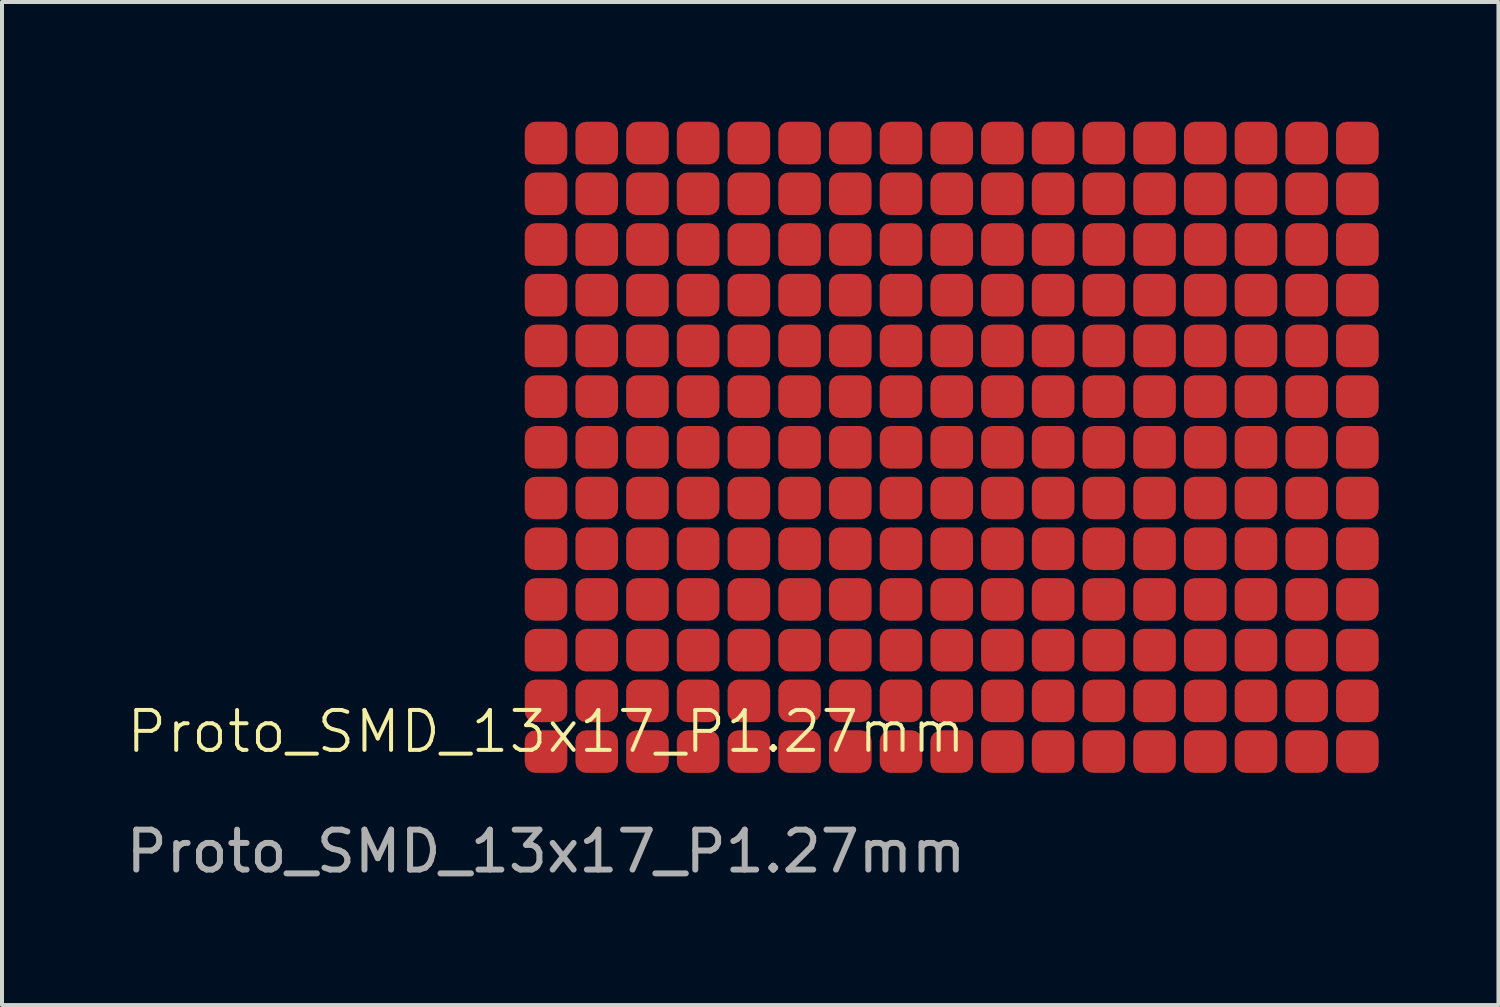
<source format=kicad_pcb>
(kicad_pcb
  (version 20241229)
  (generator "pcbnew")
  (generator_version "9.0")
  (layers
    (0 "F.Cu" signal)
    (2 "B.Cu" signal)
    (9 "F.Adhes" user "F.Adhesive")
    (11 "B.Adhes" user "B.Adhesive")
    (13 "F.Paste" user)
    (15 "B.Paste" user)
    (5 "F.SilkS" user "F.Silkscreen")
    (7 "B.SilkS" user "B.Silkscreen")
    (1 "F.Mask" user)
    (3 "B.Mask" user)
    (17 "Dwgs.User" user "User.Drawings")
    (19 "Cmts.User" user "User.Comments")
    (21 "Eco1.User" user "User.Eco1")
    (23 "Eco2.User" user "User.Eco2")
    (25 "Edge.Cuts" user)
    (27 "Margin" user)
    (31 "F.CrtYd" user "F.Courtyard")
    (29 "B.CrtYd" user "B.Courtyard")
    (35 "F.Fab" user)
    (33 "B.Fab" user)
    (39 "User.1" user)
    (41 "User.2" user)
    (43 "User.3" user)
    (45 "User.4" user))
  (footprint "Proto_SMD_13x17_P1.27mm"
    (layer "F.Cu")
    (at 10.625 15.773)
    (property "Reference" "Proto_SMD_13x17_P1.27mm" (at 0 -0.5 0) (unlocked yes) (layer "F.SilkS") (effects (font (size 1 1) (thickness 0.1))))
    (attr smd)
    (fp_text user "${REFERENCE}" (at 0 2.5 0) (unlocked yes) (layer "F.Fab") (effects (font (size 1 1) (thickness 0.15))))
    (pad "A1" smd roundrect (at 0 0) (size 1.067 1.067) (layers "F.Cu" "F.Mask") (roundrect_rratio 0.25))
    (pad "A2" smd roundrect (at 0 -1.27) (size 1.067 1.067) (layers "F.Cu" "F.Mask") (roundrect_rratio 0.25))
    (pad "A3" smd roundrect (at 0 -2.54) (size 1.067 1.067) (layers "F.Cu" "F.Mask") (roundrect_rratio 0.25))
    (pad "A4" smd roundrect (at 0 -3.81) (size 1.067 1.067) (layers "F.Cu" "F.Mask") (roundrect_rratio 0.25))
    (pad "A5" smd roundrect (at 0 -5.08) (size 1.067 1.067) (layers "F.Cu" "F.Mask") (roundrect_rratio 0.25))
    (pad "A6" smd roundrect (at 0 -6.35) (size 1.067 1.067) (layers "F.Cu" "F.Mask") (roundrect_rratio 0.25))
    (pad "A7" smd roundrect (at 0 -7.62) (size 1.067 1.067) (layers "F.Cu" "F.Mask") (roundrect_rratio 0.25))
    (pad "A8" smd roundrect (at 0 -8.89) (size 1.067 1.067) (layers "F.Cu" "F.Mask") (roundrect_rratio 0.25))
    (pad "A9" smd roundrect (at 0 -10.16) (size 1.067 1.067) (layers "F.Cu" "F.Mask") (roundrect_rratio 0.25))
    (pad "A10" smd roundrect (at 0 -11.43) (size 1.067 1.067) (layers "F.Cu" "F.Mask") (roundrect_rratio 0.25))
    (pad "A11" smd roundrect (at 0 -12.7) (size 1.067 1.067) (layers "F.Cu" "F.Mask") (roundrect_rratio 0.25))
    (pad "A12" smd roundrect (at 0 -13.97) (size 1.067 1.067) (layers "F.Cu" "F.Mask") (roundrect_rratio 0.25))
    (pad "A13" smd roundrect (at 0 -15.24) (size 1.067 1.067) (layers "F.Cu" "F.Mask") (roundrect_rratio 0.25))
    (pad "B1" smd roundrect (at 1.27 0) (size 1.067 1.067) (layers "F.Cu" "F.Mask") (roundrect_rratio 0.25))
    (pad "B2" smd roundrect (at 1.27 -1.27) (size 1.067 1.067) (layers "F.Cu" "F.Mask") (roundrect_rratio 0.25))
    (pad "B3" smd roundrect (at 1.27 -2.54) (size 1.067 1.067) (layers "F.Cu" "F.Mask") (roundrect_rratio 0.25))
    (pad "B4" smd roundrect (at 1.27 -3.81) (size 1.067 1.067) (layers "F.Cu" "F.Mask") (roundrect_rratio 0.25))
    (pad "B5" smd roundrect (at 1.27 -5.08) (size 1.067 1.067) (layers "F.Cu" "F.Mask") (roundrect_rratio 0.25))
    (pad "B6" smd roundrect (at 1.27 -6.35) (size 1.067 1.067) (layers "F.Cu" "F.Mask") (roundrect_rratio 0.25))
    (pad "B7" smd roundrect (at 1.27 -7.62) (size 1.067 1.067) (layers "F.Cu" "F.Mask") (roundrect_rratio 0.25))
    (pad "B8" smd roundrect (at 1.27 -8.89) (size 1.067 1.067) (layers "F.Cu" "F.Mask") (roundrect_rratio 0.25))
    (pad "B9" smd roundrect (at 1.27 -10.16) (size 1.067 1.067) (layers "F.Cu" "F.Mask") (roundrect_rratio 0.25))
    (pad "B10" smd roundrect (at 1.27 -11.43) (size 1.067 1.067) (layers "F.Cu" "F.Mask") (roundrect_rratio 0.25))
    (pad "B11" smd roundrect (at 1.27 -12.7) (size 1.067 1.067) (layers "F.Cu" "F.Mask") (roundrect_rratio 0.25))
    (pad "B12" smd roundrect (at 1.27 -13.97) (size 1.067 1.067) (layers "F.Cu" "F.Mask") (roundrect_rratio 0.25))
    (pad "B13" smd roundrect (at 1.27 -15.24) (size 1.067 1.067) (layers "F.Cu" "F.Mask") (roundrect_rratio 0.25))
    (pad "C1" smd roundrect (at 2.54 0) (size 1.067 1.067) (layers "F.Cu" "F.Mask") (roundrect_rratio 0.25))
    (pad "C2" smd roundrect (at 2.54 -1.27) (size 1.067 1.067) (layers "F.Cu" "F.Mask") (roundrect_rratio 0.25))
    (pad "C3" smd roundrect (at 2.54 -2.54) (size 1.067 1.067) (layers "F.Cu" "F.Mask") (roundrect_rratio 0.25))
    (pad "C4" smd roundrect (at 2.54 -3.81) (size 1.067 1.067) (layers "F.Cu" "F.Mask") (roundrect_rratio 0.25))
    (pad "C5" smd roundrect (at 2.54 -5.08) (size 1.067 1.067) (layers "F.Cu" "F.Mask") (roundrect_rratio 0.25))
    (pad "C6" smd roundrect (at 2.54 -6.35) (size 1.067 1.067) (layers "F.Cu" "F.Mask") (roundrect_rratio 0.25))
    (pad "C7" smd roundrect (at 2.54 -7.62) (size 1.067 1.067) (layers "F.Cu" "F.Mask") (roundrect_rratio 0.25))
    (pad "C8" smd roundrect (at 2.54 -8.89) (size 1.067 1.067) (layers "F.Cu" "F.Mask") (roundrect_rratio 0.25))
    (pad "C9" smd roundrect (at 2.54 -10.16) (size 1.067 1.067) (layers "F.Cu" "F.Mask") (roundrect_rratio 0.25))
    (pad "C10" smd roundrect (at 2.54 -11.43) (size 1.067 1.067) (layers "F.Cu" "F.Mask") (roundrect_rratio 0.25))
    (pad "C11" smd roundrect (at 2.54 -12.7) (size 1.067 1.067) (layers "F.Cu" "F.Mask") (roundrect_rratio 0.25))
    (pad "C12" smd roundrect (at 2.54 -13.97) (size 1.067 1.067) (layers "F.Cu" "F.Mask") (roundrect_rratio 0.25))
    (pad "C13" smd roundrect (at 2.54 -15.24) (size 1.067 1.067) (layers "F.Cu" "F.Mask") (roundrect_rratio 0.25))
    (pad "D1" smd roundrect (at 3.81 0) (size 1.067 1.067) (layers "F.Cu" "F.Mask") (roundrect_rratio 0.25))
    (pad "D2" smd roundrect (at 3.81 -1.27) (size 1.067 1.067) (layers "F.Cu" "F.Mask") (roundrect_rratio 0.25))
    (pad "D3" smd roundrect (at 3.81 -2.54) (size 1.067 1.067) (layers "F.Cu" "F.Mask") (roundrect_rratio 0.25))
    (pad "D4" smd roundrect (at 3.81 -3.81) (size 1.067 1.067) (layers "F.Cu" "F.Mask") (roundrect_rratio 0.25))
    (pad "D5" smd roundrect (at 3.81 -5.08) (size 1.067 1.067) (layers "F.Cu" "F.Mask") (roundrect_rratio 0.25))
    (pad "D6" smd roundrect (at 3.81 -6.35) (size 1.067 1.067) (layers "F.Cu" "F.Mask") (roundrect_rratio 0.25))
    (pad "D7" smd roundrect (at 3.81 -7.62) (size 1.067 1.067) (layers "F.Cu" "F.Mask") (roundrect_rratio 0.25))
    (pad "D8" smd roundrect (at 3.81 -8.89) (size 1.067 1.067) (layers "F.Cu" "F.Mask") (roundrect_rratio 0.25))
    (pad "D9" smd roundrect (at 3.81 -10.16) (size 1.067 1.067) (layers "F.Cu" "F.Mask") (roundrect_rratio 0.25))
    (pad "D10" smd roundrect (at 3.81 -11.43) (size 1.067 1.067) (layers "F.Cu" "F.Mask") (roundrect_rratio 0.25))
    (pad "D11" smd roundrect (at 3.81 -12.7) (size 1.067 1.067) (layers "F.Cu" "F.Mask") (roundrect_rratio 0.25))
    (pad "D12" smd roundrect (at 3.81 -13.97) (size 1.067 1.067) (layers "F.Cu" "F.Mask") (roundrect_rratio 0.25))
    (pad "D13" smd roundrect (at 3.81 -15.24) (size 1.067 1.067) (layers "F.Cu" "F.Mask") (roundrect_rratio 0.25))
    (pad "E1" smd roundrect (at 5.08 0) (size 1.067 1.067) (layers "F.Cu" "F.Mask") (roundrect_rratio 0.25))
    (pad "E2" smd roundrect (at 5.08 -1.27) (size 1.067 1.067) (layers "F.Cu" "F.Mask") (roundrect_rratio 0.25))
    (pad "E3" smd roundrect (at 5.08 -2.54) (size 1.067 1.067) (layers "F.Cu" "F.Mask") (roundrect_rratio 0.25))
    (pad "E4" smd roundrect (at 5.08 -3.81) (size 1.067 1.067) (layers "F.Cu" "F.Mask") (roundrect_rratio 0.25))
    (pad "E5" smd roundrect (at 5.08 -5.08) (size 1.067 1.067) (layers "F.Cu" "F.Mask") (roundrect_rratio 0.25))
    (pad "E6" smd roundrect (at 5.08 -6.35) (size 1.067 1.067) (layers "F.Cu" "F.Mask") (roundrect_rratio 0.25))
    (pad "E7" smd roundrect (at 5.08 -7.62) (size 1.067 1.067) (layers "F.Cu" "F.Mask") (roundrect_rratio 0.25))
    (pad "E8" smd roundrect (at 5.08 -8.89) (size 1.067 1.067) (layers "F.Cu" "F.Mask") (roundrect_rratio 0.25))
    (pad "E9" smd roundrect (at 5.08 -10.16) (size 1.067 1.067) (layers "F.Cu" "F.Mask") (roundrect_rratio 0.25))
    (pad "E10" smd roundrect (at 5.08 -11.43) (size 1.067 1.067) (layers "F.Cu" "F.Mask") (roundrect_rratio 0.25))
    (pad "E11" smd roundrect (at 5.08 -12.7) (size 1.067 1.067) (layers "F.Cu" "F.Mask") (roundrect_rratio 0.25))
    (pad "E12" smd roundrect (at 5.08 -13.97) (size 1.067 1.067) (layers "F.Cu" "F.Mask") (roundrect_rratio 0.25))
    (pad "E13" smd roundrect (at 5.08 -15.24) (size 1.067 1.067) (layers "F.Cu" "F.Mask") (roundrect_rratio 0.25))
    (pad "F1" smd roundrect (at 6.35 0) (size 1.067 1.067) (layers "F.Cu" "F.Mask") (roundrect_rratio 0.25))
    (pad "F2" smd roundrect (at 6.35 -1.27) (size 1.067 1.067) (layers "F.Cu" "F.Mask") (roundrect_rratio 0.25))
    (pad "F3" smd roundrect (at 6.35 -2.54) (size 1.067 1.067) (layers "F.Cu" "F.Mask") (roundrect_rratio 0.25))
    (pad "F4" smd roundrect (at 6.35 -3.81) (size 1.067 1.067) (layers "F.Cu" "F.Mask") (roundrect_rratio 0.25))
    (pad "F5" smd roundrect (at 6.35 -5.08) (size 1.067 1.067) (layers "F.Cu" "F.Mask") (roundrect_rratio 0.25))
    (pad "F6" smd roundrect (at 6.35 -6.35) (size 1.067 1.067) (layers "F.Cu" "F.Mask") (roundrect_rratio 0.25))
    (pad "F7" smd roundrect (at 6.35 -7.62) (size 1.067 1.067) (layers "F.Cu" "F.Mask") (roundrect_rratio 0.25))
    (pad "F8" smd roundrect (at 6.35 -8.89) (size 1.067 1.067) (layers "F.Cu" "F.Mask") (roundrect_rratio 0.25))
    (pad "F9" smd roundrect (at 6.35 -10.16) (size 1.067 1.067) (layers "F.Cu" "F.Mask") (roundrect_rratio 0.25))
    (pad "F10" smd roundrect (at 6.35 -11.43) (size 1.067 1.067) (layers "F.Cu" "F.Mask") (roundrect_rratio 0.25))
    (pad "F11" smd roundrect (at 6.35 -12.7) (size 1.067 1.067) (layers "F.Cu" "F.Mask") (roundrect_rratio 0.25))
    (pad "F12" smd roundrect (at 6.35 -13.97) (size 1.067 1.067) (layers "F.Cu" "F.Mask") (roundrect_rratio 0.25))
    (pad "F13" smd roundrect (at 6.35 -15.24) (size 1.067 1.067) (layers "F.Cu" "F.Mask") (roundrect_rratio 0.25))
    (pad "G1" smd roundrect (at 7.62 0) (size 1.067 1.067) (layers "F.Cu" "F.Mask") (roundrect_rratio 0.25))
    (pad "G2" smd roundrect (at 7.62 -1.27) (size 1.067 1.067) (layers "F.Cu" "F.Mask") (roundrect_rratio 0.25))
    (pad "G3" smd roundrect (at 7.62 -2.54) (size 1.067 1.067) (layers "F.Cu" "F.Mask") (roundrect_rratio 0.25))
    (pad "G4" smd roundrect (at 7.62 -3.81) (size 1.067 1.067) (layers "F.Cu" "F.Mask") (roundrect_rratio 0.25))
    (pad "G5" smd roundrect (at 7.62 -5.08) (size 1.067 1.067) (layers "F.Cu" "F.Mask") (roundrect_rratio 0.25))
    (pad "G6" smd roundrect (at 7.62 -6.35) (size 1.067 1.067) (layers "F.Cu" "F.Mask") (roundrect_rratio 0.25))
    (pad "G7" smd roundrect (at 7.62 -7.62) (size 1.067 1.067) (layers "F.Cu" "F.Mask") (roundrect_rratio 0.25))
    (pad "G8" smd roundrect (at 7.62 -8.89) (size 1.067 1.067) (layers "F.Cu" "F.Mask") (roundrect_rratio 0.25))
    (pad "G9" smd roundrect (at 7.62 -10.16) (size 1.067 1.067) (layers "F.Cu" "F.Mask") (roundrect_rratio 0.25))
    (pad "G10" smd roundrect (at 7.62 -11.43) (size 1.067 1.067) (layers "F.Cu" "F.Mask") (roundrect_rratio 0.25))
    (pad "G11" smd roundrect (at 7.62 -12.7) (size 1.067 1.067) (layers "F.Cu" "F.Mask") (roundrect_rratio 0.25))
    (pad "G12" smd roundrect (at 7.62 -13.97) (size 1.067 1.067) (layers "F.Cu" "F.Mask") (roundrect_rratio 0.25))
    (pad "G13" smd roundrect (at 7.62 -15.24) (size 1.067 1.067) (layers "F.Cu" "F.Mask") (roundrect_rratio 0.25))
    (pad "H1" smd roundrect (at 8.89 0) (size 1.067 1.067) (layers "F.Cu" "F.Mask") (roundrect_rratio 0.25))
    (pad "H2" smd roundrect (at 8.89 -1.27) (size 1.067 1.067) (layers "F.Cu" "F.Mask") (roundrect_rratio 0.25))
    (pad "H3" smd roundrect (at 8.89 -2.54) (size 1.067 1.067) (layers "F.Cu" "F.Mask") (roundrect_rratio 0.25))
    (pad "H4" smd roundrect (at 8.89 -3.81) (size 1.067 1.067) (layers "F.Cu" "F.Mask") (roundrect_rratio 0.25))
    (pad "H5" smd roundrect (at 8.89 -5.08) (size 1.067 1.067) (layers "F.Cu" "F.Mask") (roundrect_rratio 0.25))
    (pad "H6" smd roundrect (at 8.89 -6.35) (size 1.067 1.067) (layers "F.Cu" "F.Mask") (roundrect_rratio 0.25))
    (pad "H7" smd roundrect (at 8.89 -7.62) (size 1.067 1.067) (layers "F.Cu" "F.Mask") (roundrect_rratio 0.25))
    (pad "H8" smd roundrect (at 8.89 -8.89) (size 1.067 1.067) (layers "F.Cu" "F.Mask") (roundrect_rratio 0.25))
    (pad "H9" smd roundrect (at 8.89 -10.16) (size 1.067 1.067) (layers "F.Cu" "F.Mask") (roundrect_rratio 0.25))
    (pad "H10" smd roundrect (at 8.89 -11.43) (size 1.067 1.067) (layers "F.Cu" "F.Mask") (roundrect_rratio 0.25))
    (pad "H11" smd roundrect (at 8.89 -12.7) (size 1.067 1.067) (layers "F.Cu" "F.Mask") (roundrect_rratio 0.25))
    (pad "H12" smd roundrect (at 8.89 -13.97) (size 1.067 1.067) (layers "F.Cu" "F.Mask") (roundrect_rratio 0.25))
    (pad "H13" smd roundrect (at 8.89 -15.24) (size 1.067 1.067) (layers "F.Cu" "F.Mask") (roundrect_rratio 0.25))
    (pad "I1" smd roundrect (at 10.16 0) (size 1.067 1.067) (layers "F.Cu" "F.Mask") (roundrect_rratio 0.25))
    (pad "I2" smd roundrect (at 10.16 -1.27) (size 1.067 1.067) (layers "F.Cu" "F.Mask") (roundrect_rratio 0.25))
    (pad "I3" smd roundrect (at 10.16 -2.54) (size 1.067 1.067) (layers "F.Cu" "F.Mask") (roundrect_rratio 0.25))
    (pad "I4" smd roundrect (at 10.16 -3.81) (size 1.067 1.067) (layers "F.Cu" "F.Mask") (roundrect_rratio 0.25))
    (pad "I5" smd roundrect (at 10.16 -5.08) (size 1.067 1.067) (layers "F.Cu" "F.Mask") (roundrect_rratio 0.25))
    (pad "I6" smd roundrect (at 10.16 -6.35) (size 1.067 1.067) (layers "F.Cu" "F.Mask") (roundrect_rratio 0.25))
    (pad "I7" smd roundrect (at 10.16 -7.62) (size 1.067 1.067) (layers "F.Cu" "F.Mask") (roundrect_rratio 0.25))
    (pad "I8" smd roundrect (at 10.16 -8.89) (size 1.067 1.067) (layers "F.Cu" "F.Mask") (roundrect_rratio 0.25))
    (pad "I9" smd roundrect (at 10.16 -10.16) (size 1.067 1.067) (layers "F.Cu" "F.Mask") (roundrect_rratio 0.25))
    (pad "I10" smd roundrect (at 10.16 -11.43) (size 1.067 1.067) (layers "F.Cu" "F.Mask") (roundrect_rratio 0.25))
    (pad "I11" smd roundrect (at 10.16 -12.7) (size 1.067 1.067) (layers "F.Cu" "F.Mask") (roundrect_rratio 0.25))
    (pad "I12" smd roundrect (at 10.16 -13.97) (size 1.067 1.067) (layers "F.Cu" "F.Mask") (roundrect_rratio 0.25))
    (pad "I13" smd roundrect (at 10.16 -15.24) (size 1.067 1.067) (layers "F.Cu" "F.Mask") (roundrect_rratio 0.25))
    (pad "J1" smd roundrect (at 11.43 0) (size 1.067 1.067) (layers "F.Cu" "F.Mask") (roundrect_rratio 0.25))
    (pad "J2" smd roundrect (at 11.43 -1.27) (size 1.067 1.067) (layers "F.Cu" "F.Mask") (roundrect_rratio 0.25))
    (pad "J3" smd roundrect (at 11.43 -2.54) (size 1.067 1.067) (layers "F.Cu" "F.Mask") (roundrect_rratio 0.25))
    (pad "J4" smd roundrect (at 11.43 -3.81) (size 1.067 1.067) (layers "F.Cu" "F.Mask") (roundrect_rratio 0.25))
    (pad "J5" smd roundrect (at 11.43 -5.08) (size 1.067 1.067) (layers "F.Cu" "F.Mask") (roundrect_rratio 0.25))
    (pad "J6" smd roundrect (at 11.43 -6.35) (size 1.067 1.067) (layers "F.Cu" "F.Mask") (roundrect_rratio 0.25))
    (pad "J7" smd roundrect (at 11.43 -7.62) (size 1.067 1.067) (layers "F.Cu" "F.Mask") (roundrect_rratio 0.25))
    (pad "J8" smd roundrect (at 11.43 -8.89) (size 1.067 1.067) (layers "F.Cu" "F.Mask") (roundrect_rratio 0.25))
    (pad "J9" smd roundrect (at 11.43 -10.16) (size 1.067 1.067) (layers "F.Cu" "F.Mask") (roundrect_rratio 0.25))
    (pad "J10" smd roundrect (at 11.43 -11.43) (size 1.067 1.067) (layers "F.Cu" "F.Mask") (roundrect_rratio 0.25))
    (pad "J11" smd roundrect (at 11.43 -12.7) (size 1.067 1.067) (layers "F.Cu" "F.Mask") (roundrect_rratio 0.25))
    (pad "J12" smd roundrect (at 11.43 -13.97) (size 1.067 1.067) (layers "F.Cu" "F.Mask") (roundrect_rratio 0.25))
    (pad "J13" smd roundrect (at 11.43 -15.24) (size 1.067 1.067) (layers "F.Cu" "F.Mask") (roundrect_rratio 0.25))
    (pad "K1" smd roundrect (at 12.7 0) (size 1.067 1.067) (layers "F.Cu" "F.Mask") (roundrect_rratio 0.25))
    (pad "K2" smd roundrect (at 12.7 -1.27) (size 1.067 1.067) (layers "F.Cu" "F.Mask") (roundrect_rratio 0.25))
    (pad "K3" smd roundrect (at 12.7 -2.54) (size 1.067 1.067) (layers "F.Cu" "F.Mask") (roundrect_rratio 0.25))
    (pad "K4" smd roundrect (at 12.7 -3.81) (size 1.067 1.067) (layers "F.Cu" "F.Mask") (roundrect_rratio 0.25))
    (pad "K5" smd roundrect (at 12.7 -5.08) (size 1.067 1.067) (layers "F.Cu" "F.Mask") (roundrect_rratio 0.25))
    (pad "K6" smd roundrect (at 12.7 -6.35) (size 1.067 1.067) (layers "F.Cu" "F.Mask") (roundrect_rratio 0.25))
    (pad "K7" smd roundrect (at 12.7 -7.62) (size 1.067 1.067) (layers "F.Cu" "F.Mask") (roundrect_rratio 0.25))
    (pad "K8" smd roundrect (at 12.7 -8.89) (size 1.067 1.067) (layers "F.Cu" "F.Mask") (roundrect_rratio 0.25))
    (pad "K9" smd roundrect (at 12.7 -10.16) (size 1.067 1.067) (layers "F.Cu" "F.Mask") (roundrect_rratio 0.25))
    (pad "K10" smd roundrect (at 12.7 -11.43) (size 1.067 1.067) (layers "F.Cu" "F.Mask") (roundrect_rratio 0.25))
    (pad "K11" smd roundrect (at 12.7 -12.7) (size 1.067 1.067) (layers "F.Cu" "F.Mask") (roundrect_rratio 0.25))
    (pad "K12" smd roundrect (at 12.7 -13.97) (size 1.067 1.067) (layers "F.Cu" "F.Mask") (roundrect_rratio 0.25))
    (pad "K13" smd roundrect (at 12.7 -15.24) (size 1.067 1.067) (layers "F.Cu" "F.Mask") (roundrect_rratio 0.25))
    (pad "L1" smd roundrect (at 13.97 0) (size 1.067 1.067) (layers "F.Cu" "F.Mask") (roundrect_rratio 0.25))
    (pad "L2" smd roundrect (at 13.97 -1.27) (size 1.067 1.067) (layers "F.Cu" "F.Mask") (roundrect_rratio 0.25))
    (pad "L3" smd roundrect (at 13.97 -2.54) (size 1.067 1.067) (layers "F.Cu" "F.Mask") (roundrect_rratio 0.25))
    (pad "L4" smd roundrect (at 13.97 -3.81) (size 1.067 1.067) (layers "F.Cu" "F.Mask") (roundrect_rratio 0.25))
    (pad "L5" smd roundrect (at 13.97 -5.08) (size 1.067 1.067) (layers "F.Cu" "F.Mask") (roundrect_rratio 0.25))
    (pad "L6" smd roundrect (at 13.97 -6.35) (size 1.067 1.067) (layers "F.Cu" "F.Mask") (roundrect_rratio 0.25))
    (pad "L7" smd roundrect (at 13.97 -7.62) (size 1.067 1.067) (layers "F.Cu" "F.Mask") (roundrect_rratio 0.25))
    (pad "L8" smd roundrect (at 13.97 -8.89) (size 1.067 1.067) (layers "F.Cu" "F.Mask") (roundrect_rratio 0.25))
    (pad "L9" smd roundrect (at 13.97 -10.16) (size 1.067 1.067) (layers "F.Cu" "F.Mask") (roundrect_rratio 0.25))
    (pad "L10" smd roundrect (at 13.97 -11.43) (size 1.067 1.067) (layers "F.Cu" "F.Mask") (roundrect_rratio 0.25))
    (pad "L11" smd roundrect (at 13.97 -12.7) (size 1.067 1.067) (layers "F.Cu" "F.Mask") (roundrect_rratio 0.25))
    (pad "L12" smd roundrect (at 13.97 -13.97) (size 1.067 1.067) (layers "F.Cu" "F.Mask") (roundrect_rratio 0.25))
    (pad "L13" smd roundrect (at 13.97 -15.24) (size 1.067 1.067) (layers "F.Cu" "F.Mask") (roundrect_rratio 0.25))
    (pad "M1" smd roundrect (at 15.24 0) (size 1.067 1.067) (layers "F.Cu" "F.Mask") (roundrect_rratio 0.25))
    (pad "M2" smd roundrect (at 15.24 -1.27) (size 1.067 1.067) (layers "F.Cu" "F.Mask") (roundrect_rratio 0.25))
    (pad "M3" smd roundrect (at 15.24 -2.54) (size 1.067 1.067) (layers "F.Cu" "F.Mask") (roundrect_rratio 0.25))
    (pad "M4" smd roundrect (at 15.24 -3.81) (size 1.067 1.067) (layers "F.Cu" "F.Mask") (roundrect_rratio 0.25))
    (pad "M5" smd roundrect (at 15.24 -5.08) (size 1.067 1.067) (layers "F.Cu" "F.Mask") (roundrect_rratio 0.25))
    (pad "M6" smd roundrect (at 15.24 -6.35) (size 1.067 1.067) (layers "F.Cu" "F.Mask") (roundrect_rratio 0.25))
    (pad "M7" smd roundrect (at 15.24 -7.62) (size 1.067 1.067) (layers "F.Cu" "F.Mask") (roundrect_rratio 0.25))
    (pad "M8" smd roundrect (at 15.24 -8.89) (size 1.067 1.067) (layers "F.Cu" "F.Mask") (roundrect_rratio 0.25))
    (pad "M9" smd roundrect (at 15.24 -10.16) (size 1.067 1.067) (layers "F.Cu" "F.Mask") (roundrect_rratio 0.25))
    (pad "M10" smd roundrect (at 15.24 -11.43) (size 1.067 1.067) (layers "F.Cu" "F.Mask") (roundrect_rratio 0.25))
    (pad "M11" smd roundrect (at 15.24 -12.7) (size 1.067 1.067) (layers "F.Cu" "F.Mask") (roundrect_rratio 0.25))
    (pad "M12" smd roundrect (at 15.24 -13.97) (size 1.067 1.067) (layers "F.Cu" "F.Mask") (roundrect_rratio 0.25))
    (pad "M13" smd roundrect (at 15.24 -15.24) (size 1.067 1.067) (layers "F.Cu" "F.Mask") (roundrect_rratio 0.25))
    (pad "N1" smd roundrect (at 16.51 0) (size 1.067 1.067) (layers "F.Cu" "F.Mask") (roundrect_rratio 0.25))
    (pad "N2" smd roundrect (at 16.51 -1.27) (size 1.067 1.067) (layers "F.Cu" "F.Mask") (roundrect_rratio 0.25))
    (pad "N3" smd roundrect (at 16.51 -2.54) (size 1.067 1.067) (layers "F.Cu" "F.Mask") (roundrect_rratio 0.25))
    (pad "N4" smd roundrect (at 16.51 -3.81) (size 1.067 1.067) (layers "F.Cu" "F.Mask") (roundrect_rratio 0.25))
    (pad "N5" smd roundrect (at 16.51 -5.08) (size 1.067 1.067) (layers "F.Cu" "F.Mask") (roundrect_rratio 0.25))
    (pad "N6" smd roundrect (at 16.51 -6.35) (size 1.067 1.067) (layers "F.Cu" "F.Mask") (roundrect_rratio 0.25))
    (pad "N7" smd roundrect (at 16.51 -7.62) (size 1.067 1.067) (layers "F.Cu" "F.Mask") (roundrect_rratio 0.25))
    (pad "N8" smd roundrect (at 16.51 -8.89) (size 1.067 1.067) (layers "F.Cu" "F.Mask") (roundrect_rratio 0.25))
    (pad "N9" smd roundrect (at 16.51 -10.16) (size 1.067 1.067) (layers "F.Cu" "F.Mask") (roundrect_rratio 0.25))
    (pad "N10" smd roundrect (at 16.51 -11.43) (size 1.067 1.067) (layers "F.Cu" "F.Mask") (roundrect_rratio 0.25))
    (pad "N11" smd roundrect (at 16.51 -12.7) (size 1.067 1.067) (layers "F.Cu" "F.Mask") (roundrect_rratio 0.25))
    (pad "N12" smd roundrect (at 16.51 -13.97) (size 1.067 1.067) (layers "F.Cu" "F.Mask") (roundrect_rratio 0.25))
    (pad "N13" smd roundrect (at 16.51 -15.24) (size 1.067 1.067) (layers "F.Cu" "F.Mask") (roundrect_rratio 0.25))
    (pad "O1" smd roundrect (at 17.78 0) (size 1.067 1.067) (layers "F.Cu" "F.Mask") (roundrect_rratio 0.25))
    (pad "O2" smd roundrect (at 17.78 -1.27) (size 1.067 1.067) (layers "F.Cu" "F.Mask") (roundrect_rratio 0.25))
    (pad "O3" smd roundrect (at 17.78 -2.54) (size 1.067 1.067) (layers "F.Cu" "F.Mask") (roundrect_rratio 0.25))
    (pad "O4" smd roundrect (at 17.78 -3.81) (size 1.067 1.067) (layers "F.Cu" "F.Mask") (roundrect_rratio 0.25))
    (pad "O5" smd roundrect (at 17.78 -5.08) (size 1.067 1.067) (layers "F.Cu" "F.Mask") (roundrect_rratio 0.25))
    (pad "O6" smd roundrect (at 17.78 -6.35) (size 1.067 1.067) (layers "F.Cu" "F.Mask") (roundrect_rratio 0.25))
    (pad "O7" smd roundrect (at 17.78 -7.62) (size 1.067 1.067) (layers "F.Cu" "F.Mask") (roundrect_rratio 0.25))
    (pad "O8" smd roundrect (at 17.78 -8.89) (size 1.067 1.067) (layers "F.Cu" "F.Mask") (roundrect_rratio 0.25))
    (pad "O9" smd roundrect (at 17.78 -10.16) (size 1.067 1.067) (layers "F.Cu" "F.Mask") (roundrect_rratio 0.25))
    (pad "O10" smd roundrect (at 17.78 -11.43) (size 1.067 1.067) (layers "F.Cu" "F.Mask") (roundrect_rratio 0.25))
    (pad "O11" smd roundrect (at 17.78 -12.7) (size 1.067 1.067) (layers "F.Cu" "F.Mask") (roundrect_rratio 0.25))
    (pad "O12" smd roundrect (at 17.78 -13.97) (size 1.067 1.067) (layers "F.Cu" "F.Mask") (roundrect_rratio 0.25))
    (pad "O13" smd roundrect (at 17.78 -15.24) (size 1.067 1.067) (layers "F.Cu" "F.Mask") (roundrect_rratio 0.25))
    (pad "P1" smd roundrect (at 19.05 0) (size 1.067 1.067) (layers "F.Cu" "F.Mask") (roundrect_rratio 0.25))
    (pad "P2" smd roundrect (at 19.05 -1.27) (size 1.067 1.067) (layers "F.Cu" "F.Mask") (roundrect_rratio 0.25))
    (pad "P3" smd roundrect (at 19.05 -2.54) (size 1.067 1.067) (layers "F.Cu" "F.Mask") (roundrect_rratio 0.25))
    (pad "P4" smd roundrect (at 19.05 -3.81) (size 1.067 1.067) (layers "F.Cu" "F.Mask") (roundrect_rratio 0.25))
    (pad "P5" smd roundrect (at 19.05 -5.08) (size 1.067 1.067) (layers "F.Cu" "F.Mask") (roundrect_rratio 0.25))
    (pad "P6" smd roundrect (at 19.05 -6.35) (size 1.067 1.067) (layers "F.Cu" "F.Mask") (roundrect_rratio 0.25))
    (pad "P7" smd roundrect (at 19.05 -7.62) (size 1.067 1.067) (layers "F.Cu" "F.Mask") (roundrect_rratio 0.25))
    (pad "P8" smd roundrect (at 19.05 -8.89) (size 1.067 1.067) (layers "F.Cu" "F.Mask") (roundrect_rratio 0.25))
    (pad "P9" smd roundrect (at 19.05 -10.16) (size 1.067 1.067) (layers "F.Cu" "F.Mask") (roundrect_rratio 0.25))
    (pad "P10" smd roundrect (at 19.05 -11.43) (size 1.067 1.067) (layers "F.Cu" "F.Mask") (roundrect_rratio 0.25))
    (pad "P11" smd roundrect (at 19.05 -12.7) (size 1.067 1.067) (layers "F.Cu" "F.Mask") (roundrect_rratio 0.25))
    (pad "P12" smd roundrect (at 19.05 -13.97) (size 1.067 1.067) (layers "F.Cu" "F.Mask") (roundrect_rratio 0.25))
    (pad "P13" smd roundrect (at 19.05 -15.24) (size 1.067 1.067) (layers "F.Cu" "F.Mask") (roundrect_rratio 0.25))
    (pad "Q1" smd roundrect (at 20.32 0) (size 1.067 1.067) (layers "F.Cu" "F.Mask") (roundrect_rratio 0.25))
    (pad "Q2" smd roundrect (at 20.32 -1.27) (size 1.067 1.067) (layers "F.Cu" "F.Mask") (roundrect_rratio 0.25))
    (pad "Q3" smd roundrect (at 20.32 -2.54) (size 1.067 1.067) (layers "F.Cu" "F.Mask") (roundrect_rratio 0.25))
    (pad "Q4" smd roundrect (at 20.32 -3.81) (size 1.067 1.067) (layers "F.Cu" "F.Mask") (roundrect_rratio 0.25))
    (pad "Q5" smd roundrect (at 20.32 -5.08) (size 1.067 1.067) (layers "F.Cu" "F.Mask") (roundrect_rratio 0.25))
    (pad "Q6" smd roundrect (at 20.32 -6.35) (size 1.067 1.067) (layers "F.Cu" "F.Mask") (roundrect_rratio 0.25))
    (pad "Q7" smd roundrect (at 20.32 -7.62) (size 1.067 1.067) (layers "F.Cu" "F.Mask") (roundrect_rratio 0.25))
    (pad "Q8" smd roundrect (at 20.32 -8.89) (size 1.067 1.067) (layers "F.Cu" "F.Mask") (roundrect_rratio 0.25))
    (pad "Q9" smd roundrect (at 20.32 -10.16) (size 1.067 1.067) (layers "F.Cu" "F.Mask") (roundrect_rratio 0.25))
    (pad "Q10" smd roundrect (at 20.32 -11.43) (size 1.067 1.067) (layers "F.Cu" "F.Mask") (roundrect_rratio 0.25))
    (pad "Q11" smd roundrect (at 20.32 -12.7) (size 1.067 1.067) (layers "F.Cu" "F.Mask") (roundrect_rratio 0.25))
    (pad "Q12" smd roundrect (at 20.32 -13.97) (size 1.067 1.067) (layers "F.Cu" "F.Mask") (roundrect_rratio 0.25))
    (pad "Q13" smd roundrect (at 20.32 -15.24) (size 1.067 1.067) (layers "F.Cu" "F.Mask") (roundrect_rratio 0.25)))
  (gr_rect
    (start -3 -3)
    (end 34.478 22.122)
    (stroke (width 0.1) (type default))
    (fill no)
    (layer "Edge.Cuts")))
</source>
